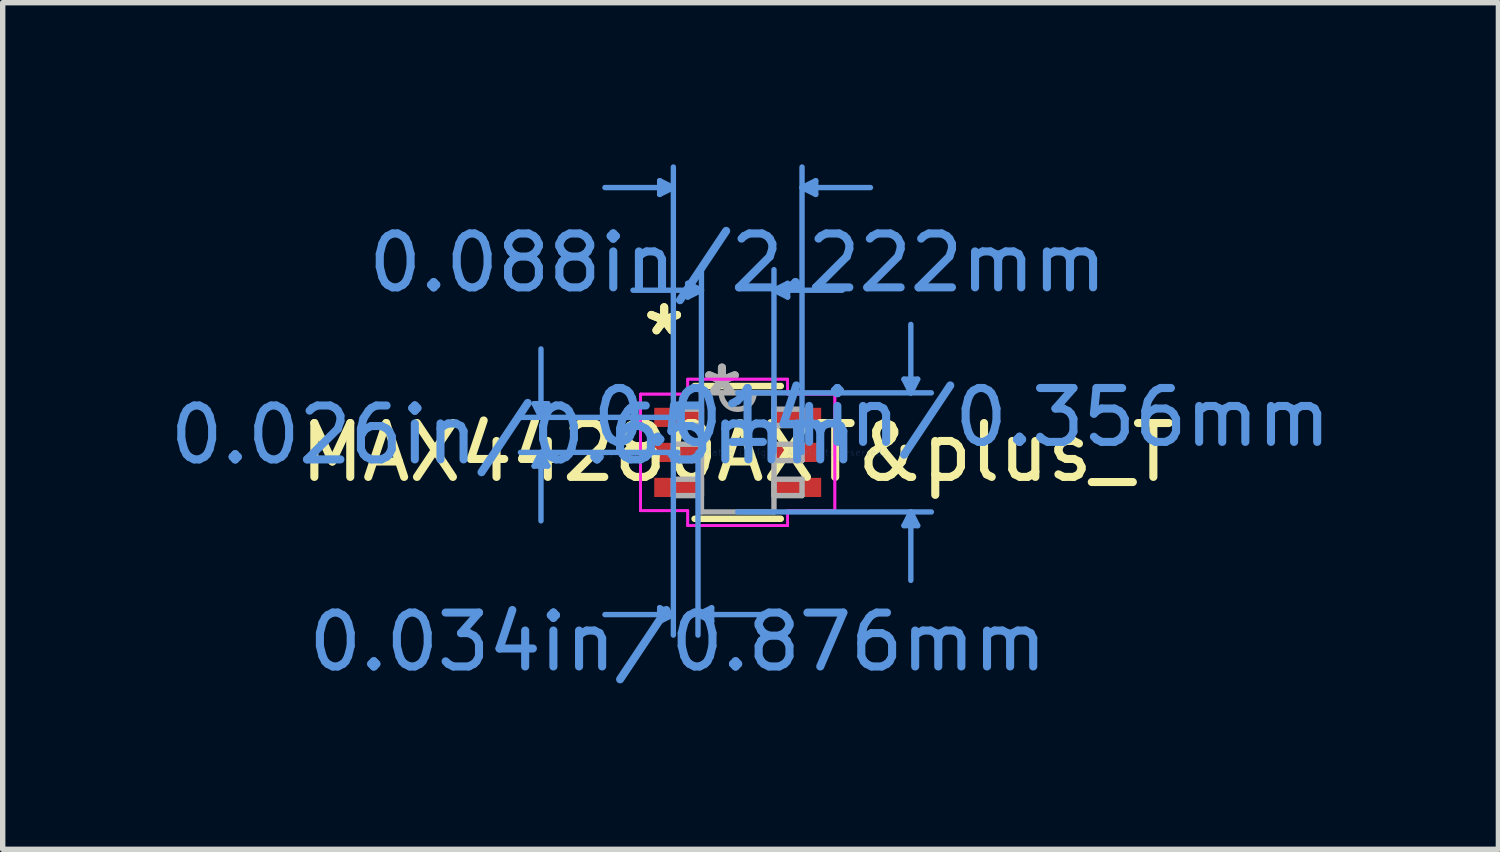
<source format=kicad_pcb>
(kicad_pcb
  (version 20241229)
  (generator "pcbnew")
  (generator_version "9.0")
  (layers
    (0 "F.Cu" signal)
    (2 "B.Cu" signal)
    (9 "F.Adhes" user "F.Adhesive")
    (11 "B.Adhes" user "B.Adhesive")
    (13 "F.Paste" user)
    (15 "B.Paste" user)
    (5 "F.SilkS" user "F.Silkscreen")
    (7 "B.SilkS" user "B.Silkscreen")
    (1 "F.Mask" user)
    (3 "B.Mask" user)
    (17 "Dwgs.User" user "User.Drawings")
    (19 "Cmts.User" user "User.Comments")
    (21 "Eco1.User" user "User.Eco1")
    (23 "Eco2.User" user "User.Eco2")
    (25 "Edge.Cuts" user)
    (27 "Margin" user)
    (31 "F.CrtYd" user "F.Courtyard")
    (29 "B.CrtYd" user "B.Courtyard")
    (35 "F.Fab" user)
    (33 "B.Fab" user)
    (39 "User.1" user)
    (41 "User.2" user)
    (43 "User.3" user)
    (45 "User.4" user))
  (footprint "MAX44280AXT&plus_T"
    (layer "F.Cu")
    (at 10.641 5.346)
    (property "Reference" "MAX44280AXT&plus_T" (at 0 0 0) (layer "F.SilkS") (effects (font (size 1 1) (thickness 0.15))))
    (attr through_hole)
    (fp_line (start -0.8 1.232) (end 0.8 1.232) (stroke (width 0.12) (type solid)) (layer "F.SilkS"))
    (fp_line (start 0.8 -1.232) (end -0.8 -1.232) (stroke (width 0.12) (type solid)) (layer "F.SilkS"))
    (fp_line (start -3.778 -0.904) (end -3.524 -0.904) (stroke (width 0.1) (type solid)) (layer "Cmts.User"))
    (fp_line (start -3.778 0.254) (end -3.524 0.254) (stroke (width 0.1) (type solid)) (layer "Cmts.User"))
    (fp_line (start -3.651 -0.65) (end -3.778 -0.904) (stroke (width 0.1) (type solid)) (layer "Cmts.User"))
    (fp_line (start -3.651 -0.65) (end -3.651 -1.92) (stroke (width 0.1) (type solid)) (layer "Cmts.User"))
    (fp_line (start -3.651 -0.65) (end -3.524 -0.904) (stroke (width 0.1) (type solid)) (layer "Cmts.User"))
    (fp_line (start -3.651 0) (end -3.778 0.254) (stroke (width 0.1) (type solid)) (layer "Cmts.User"))
    (fp_line (start -3.651 0) (end -3.651 1.27) (stroke (width 0.1) (type solid)) (layer "Cmts.User"))
    (fp_line (start -3.651 0) (end -3.524 0.254) (stroke (width 0.1) (type solid)) (layer "Cmts.User"))
    (fp_line (start -1.448 -5.042) (end -1.448 -4.788) (stroke (width 0.1) (type solid)) (layer "Cmts.User"))
    (fp_line (start -1.448 2.883) (end -1.448 3.137) (stroke (width 0.1) (type solid)) (layer "Cmts.User"))
    (fp_line (start -1.194 -4.915) (end -2.464 -4.915) (stroke (width 0.1) (type solid)) (layer "Cmts.User"))
    (fp_line (start -1.194 -4.915) (end -1.448 -5.042) (stroke (width 0.1) (type solid)) (layer "Cmts.User"))
    (fp_line (start -1.194 -4.915) (end -1.448 -4.788) (stroke (width 0.1) (type solid)) (layer "Cmts.User"))
    (fp_line (start -1.194 0) (end -1.194 -5.296) (stroke (width 0.1) (type solid)) (layer "Cmts.User"))
    (fp_line (start -1.194 0) (end -1.194 3.391) (stroke (width 0.1) (type solid)) (layer "Cmts.User"))
    (fp_line (start -1.194 3.01) (end -2.464 3.01) (stroke (width 0.1) (type solid)) (layer "Cmts.User"))
    (fp_line (start -1.194 3.01) (end -1.448 2.883) (stroke (width 0.1) (type solid)) (layer "Cmts.User"))
    (fp_line (start -1.194 3.01) (end -1.448 3.137) (stroke (width 0.1) (type solid)) (layer "Cmts.User"))
    (fp_line (start -1.111 -0.65) (end -4.032 -0.65) (stroke (width 0.1) (type solid)) (layer "Cmts.User"))
    (fp_line (start -1.111 0) (end -4.032 0) (stroke (width 0.1) (type solid)) (layer "Cmts.User"))
    (fp_line (start -0.927 -3.137) (end -0.927 -2.883) (stroke (width 0.1) (type solid)) (layer "Cmts.User"))
    (fp_line (start -0.737 0) (end -0.737 3.391) (stroke (width 0.1) (type solid)) (layer "Cmts.User"))
    (fp_line (start -0.737 3.01) (end -0.483 2.883) (stroke (width 0.1) (type solid)) (layer "Cmts.User"))
    (fp_line (start -0.737 3.01) (end -0.483 3.137) (stroke (width 0.1) (type solid)) (layer "Cmts.User"))
    (fp_line (start -0.737 3.01) (end 0.533 3.01) (stroke (width 0.1) (type solid)) (layer "Cmts.User"))
    (fp_line (start -0.673 -3.01) (end -1.943 -3.01) (stroke (width 0.1) (type solid)) (layer "Cmts.User"))
    (fp_line (start -0.673 -3.01) (end -0.927 -3.137) (stroke (width 0.1) (type solid)) (layer "Cmts.User"))
    (fp_line (start -0.673 -3.01) (end -0.927 -2.883) (stroke (width 0.1) (type solid)) (layer "Cmts.User"))
    (fp_line (start -0.673 0) (end -0.673 -3.391) (stroke (width 0.1) (type solid)) (layer "Cmts.User"))
    (fp_line (start -0.483 2.883) (end -0.483 3.137) (stroke (width 0.1) (type solid)) (layer "Cmts.User"))
    (fp_line (start 0 -1.105) (end 3.594 -1.105) (stroke (width 0.1) (type solid)) (layer "Cmts.User"))
    (fp_line (start 0 1.105) (end 3.594 1.105) (stroke (width 0.1) (type solid)) (layer "Cmts.User"))
    (fp_line (start 0.673 -3.01) (end 0.927 -3.137) (stroke (width 0.1) (type solid)) (layer "Cmts.User"))
    (fp_line (start 0.673 -3.01) (end 0.927 -2.883) (stroke (width 0.1) (type solid)) (layer "Cmts.User"))
    (fp_line (start 0.673 -3.01) (end 1.943 -3.01) (stroke (width 0.1) (type solid)) (layer "Cmts.User"))
    (fp_line (start 0.673 0) (end 0.673 -3.391) (stroke (width 0.1) (type solid)) (layer "Cmts.User"))
    (fp_line (start 0.927 -3.137) (end 0.927 -2.883) (stroke (width 0.1) (type solid)) (layer "Cmts.User"))
    (fp_line (start 1.194 -4.915) (end 1.448 -5.042) (stroke (width 0.1) (type solid)) (layer "Cmts.User"))
    (fp_line (start 1.194 -4.915) (end 1.448 -4.788) (stroke (width 0.1) (type solid)) (layer "Cmts.User"))
    (fp_line (start 1.194 -4.915) (end 2.464 -4.915) (stroke (width 0.1) (type solid)) (layer "Cmts.User"))
    (fp_line (start 1.194 0) (end 1.194 -5.296) (stroke (width 0.1) (type solid)) (layer "Cmts.User"))
    (fp_line (start 1.448 -5.042) (end 1.448 -4.788) (stroke (width 0.1) (type solid)) (layer "Cmts.User"))
    (fp_line (start 3.086 -1.359) (end 3.34 -1.359) (stroke (width 0.1) (type solid)) (layer "Cmts.User"))
    (fp_line (start 3.086 1.359) (end 3.34 1.359) (stroke (width 0.1) (type solid)) (layer "Cmts.User"))
    (fp_line (start 3.213 -1.105) (end 3.086 -1.359) (stroke (width 0.1) (type solid)) (layer "Cmts.User"))
    (fp_line (start 3.213 -1.105) (end 3.213 -2.375) (stroke (width 0.1) (type solid)) (layer "Cmts.User"))
    (fp_line (start 3.213 -1.105) (end 3.34 -1.359) (stroke (width 0.1) (type solid)) (layer "Cmts.User"))
    (fp_line (start 3.213 1.105) (end 3.086 1.359) (stroke (width 0.1) (type solid)) (layer "Cmts.User"))
    (fp_line (start 3.213 1.105) (end 3.213 2.375) (stroke (width 0.1) (type solid)) (layer "Cmts.User"))
    (fp_line (start 3.213 1.105) (end 3.34 1.359) (stroke (width 0.1) (type solid)) (layer "Cmts.User"))
    (fp_line (start -1.803 -1.082) (end -0.927 -1.082) (stroke (width 0.05) (type solid)) (layer "F.CrtYd"))
    (fp_line (start -1.803 -1.082) (end -0.927 -1.082) (stroke (width 0.05) (type solid)) (layer "F.CrtYd"))
    (fp_line (start -1.803 1.082) (end -1.803 -1.082) (stroke (width 0.05) (type solid)) (layer "F.CrtYd"))
    (fp_line (start -1.803 1.082) (end -1.803 -1.082) (stroke (width 0.05) (type solid)) (layer "F.CrtYd"))
    (fp_line (start -1.803 1.082) (end -0.927 1.082) (stroke (width 0.05) (type solid)) (layer "F.CrtYd"))
    (fp_line (start -0.927 -1.359) (end 0.927 -1.359) (stroke (width 0.05) (type solid)) (layer "F.CrtYd"))
    (fp_line (start -0.927 -1.359) (end 0.927 -1.359) (stroke (width 0.05) (type solid)) (layer "F.CrtYd"))
    (fp_line (start -0.927 -1.082) (end -0.927 -1.359) (stroke (width 0.05) (type solid)) (layer "F.CrtYd"))
    (fp_line (start -0.927 -1.082) (end -0.927 -1.359) (stroke (width 0.05) (type solid)) (layer "F.CrtYd"))
    (fp_line (start -0.927 1.082) (end -1.803 1.082) (stroke (width 0.05) (type solid)) (layer "F.CrtYd"))
    (fp_line (start -0.927 1.359) (end -0.927 1.082) (stroke (width 0.05) (type solid)) (layer "F.CrtYd"))
    (fp_line (start -0.927 1.359) (end -0.927 1.082) (stroke (width 0.05) (type solid)) (layer "F.CrtYd"))
    (fp_line (start 0.927 -1.359) (end 0.927 -1.082) (stroke (width 0.05) (type solid)) (layer "F.CrtYd"))
    (fp_line (start 0.927 -1.359) (end 0.927 -1.082) (stroke (width 0.05) (type solid)) (layer "F.CrtYd"))
    (fp_line (start 0.927 -1.082) (end 1.803 -1.082) (stroke (width 0.05) (type solid)) (layer "F.CrtYd"))
    (fp_line (start 0.927 1.082) (end 0.927 1.359) (stroke (width 0.05) (type solid)) (layer "F.CrtYd"))
    (fp_line (start 0.927 1.082) (end 0.927 1.359) (stroke (width 0.05) (type solid)) (layer "F.CrtYd"))
    (fp_line (start 0.927 1.359) (end -0.927 1.359) (stroke (width 0.05) (type solid)) (layer "F.CrtYd"))
    (fp_line (start 0.927 1.359) (end -0.927 1.359) (stroke (width 0.05) (type solid)) (layer "F.CrtYd"))
    (fp_line (start 1.803 -1.082) (end 0.927 -1.082) (stroke (width 0.05) (type solid)) (layer "F.CrtYd"))
    (fp_line (start 1.803 -1.082) (end 1.803 1.082) (stroke (width 0.05) (type solid)) (layer "F.CrtYd"))
    (fp_line (start 1.803 -1.082) (end 1.803 1.082) (stroke (width 0.05) (type solid)) (layer "F.CrtYd"))
    (fp_line (start 1.803 1.082) (end 0.927 1.082) (stroke (width 0.05) (type solid)) (layer "F.CrtYd"))
    (fp_line (start 1.803 1.082) (end 0.927 1.082) (stroke (width 0.05) (type solid)) (layer "F.CrtYd"))
    (fp_line (start -1.194 -0.802) (end -1.194 -0.498) (stroke (width 0.1) (type solid)) (layer "F.Fab"))
    (fp_line (start -1.194 -0.498) (end -0.673 -0.498) (stroke (width 0.1) (type solid)) (layer "F.Fab"))
    (fp_line (start -1.194 -0.152) (end -1.194 0.152) (stroke (width 0.1) (type solid)) (layer "F.Fab"))
    (fp_line (start -1.194 0.152) (end -0.673 0.152) (stroke (width 0.1) (type solid)) (layer "F.Fab"))
    (fp_line (start -1.194 0.498) (end -1.194 0.802) (stroke (width 0.1) (type solid)) (layer "F.Fab"))
    (fp_line (start -1.194 0.802) (end -0.673 0.802) (stroke (width 0.1) (type solid)) (layer "F.Fab"))
    (fp_line (start -0.673 -1.105) (end -0.673 1.105) (stroke (width 0.1) (type solid)) (layer "F.Fab"))
    (fp_line (start -0.673 -0.802) (end -1.194 -0.802) (stroke (width 0.1) (type solid)) (layer "F.Fab"))
    (fp_line (start -0.673 -0.498) (end -0.673 -0.802) (stroke (width 0.1) (type solid)) (layer "F.Fab"))
    (fp_line (start -0.673 -0.152) (end -1.194 -0.152) (stroke (width 0.1) (type solid)) (layer "F.Fab"))
    (fp_line (start -0.673 0.152) (end -0.673 -0.152) (stroke (width 0.1) (type solid)) (layer "F.Fab"))
    (fp_line (start -0.673 0.498) (end -1.194 0.498) (stroke (width 0.1) (type solid)) (layer "F.Fab"))
    (fp_line (start -0.673 0.802) (end -0.673 0.498) (stroke (width 0.1) (type solid)) (layer "F.Fab"))
    (fp_line (start -0.673 1.105) (end 0.673 1.105) (stroke (width 0.1) (type solid)) (layer "F.Fab"))
    (fp_line (start 0.673 -1.105) (end -0.673 -1.105) (stroke (width 0.1) (type solid)) (layer "F.Fab"))
    (fp_line (start 0.673 -0.802) (end 0.673 -0.498) (stroke (width 0.1) (type solid)) (layer "F.Fab"))
    (fp_line (start 0.673 -0.498) (end 1.194 -0.498) (stroke (width 0.1) (type solid)) (layer "F.Fab"))
    (fp_line (start 0.673 -0.152) (end 0.673 0.152) (stroke (width 0.1) (type solid)) (layer "F.Fab"))
    (fp_line (start 0.673 0.152) (end 1.194 0.152) (stroke (width 0.1) (type solid)) (layer "F.Fab"))
    (fp_line (start 0.673 0.498) (end 0.673 0.802) (stroke (width 0.1) (type solid)) (layer "F.Fab"))
    (fp_line (start 0.673 0.802) (end 1.194 0.802) (stroke (width 0.1) (type solid)) (layer "F.Fab"))
    (fp_line (start 0.673 1.105) (end 0.673 -1.105) (stroke (width 0.1) (type solid)) (layer "F.Fab"))
    (fp_line (start 1.194 -0.802) (end 0.673 -0.802) (stroke (width 0.1) (type solid)) (layer "F.Fab"))
    (fp_line (start 1.194 -0.498) (end 1.194 -0.802) (stroke (width 0.1) (type solid)) (layer "F.Fab"))
    (fp_line (start 1.194 -0.152) (end 0.673 -0.152) (stroke (width 0.1) (type solid)) (layer "F.Fab"))
    (fp_line (start 1.194 0.152) (end 1.194 -0.152) (stroke (width 0.1) (type solid)) (layer "F.Fab"))
    (fp_line (start 1.194 0.498) (end 0.673 0.498) (stroke (width 0.1) (type solid)) (layer "F.Fab"))
    (fp_line (start 1.194 0.802) (end 1.194 0.498) (stroke (width 0.1) (type solid)) (layer "F.Fab"))
    (fp_arc (start 0.3048 -1.1049) (mid 0 -0.8001) (end -0.3048 -1.1049) (stroke (width 0.1) (type solid)) (layer "F.Fab"))
    (fp_text user "*" (at -1.365 -2.149 0) (layer "F.SilkS") (effects (font (size 1 1) (thickness 0.15))))
    (fp_text user "*" (at -1.365 -2.149 0) (layer "F.SilkS") (effects (font (size 1 1) (thickness 0.15))))
    (fp_text user "0.088in/2.222mm" (at 0 -3.518 0) (layer "Cmts.User") (effects (font (size 1 1) (thickness 0.15))))
    (fp_text user "Copyright 2021 Accelerated Designs. All rights reserved." (at 0 0 0) (layer "Cmts.User") (effects (font (size 0.127 0.127) (thickness 0.002))))
    (fp_text user "0.014in/0.356mm" (at 4.159 -0.65 0) (layer "Cmts.User") (effects (font (size 1 1) (thickness 0.15))))
    (fp_text user "0.026in/0.65mm" (at -4.159 -0.325 0) (layer "Cmts.User") (effects (font (size 1 1) (thickness 0.15))))
    (fp_text user "0.034in/0.876mm" (at -1.111 3.518 0) (layer "Cmts.User") (effects (font (size 1 1) (thickness 0.15))))
    (fp_text user "*" (at -0.292 -1.029 0) (layer "F.Fab") (effects (font (size 1 1) (thickness 0.15))))
    (fp_text user "*" (at -0.292 -1.029 0) (layer "F.Fab") (effects (font (size 1 1) (thickness 0.15))))
    (pad "1" smd rect (at -1.111 -0.65) (size 0.876 0.356) (layers "F.Cu" "F.Mask" "F.Paste"))
    (pad "2" smd rect (at -1.111 0) (size 0.876 0.356) (layers "F.Cu" "F.Mask" "F.Paste"))
    (pad "3" smd rect (at -1.111 0.65) (size 0.876 0.356) (layers "F.Cu" "F.Mask" "F.Paste"))
    (pad "4" smd rect (at 1.111 0.65) (size 0.876 0.356) (layers "F.Cu" "F.Mask" "F.Paste"))
    (pad "5" smd rect (at 1.111 0) (size 0.876 0.356) (layers "F.Cu" "F.Mask" "F.Paste"))
    (pad "6" smd rect (at 1.111 -0.65) (size 0.876 0.356) (layers "F.Cu" "F.Mask" "F.Paste")))
  (gr_rect
    (start -3 -3)
    (end 24.759 12.712)
    (stroke (width 0.1) (type default))
    (fill no)
    (layer "Edge.Cuts")))
</source>
